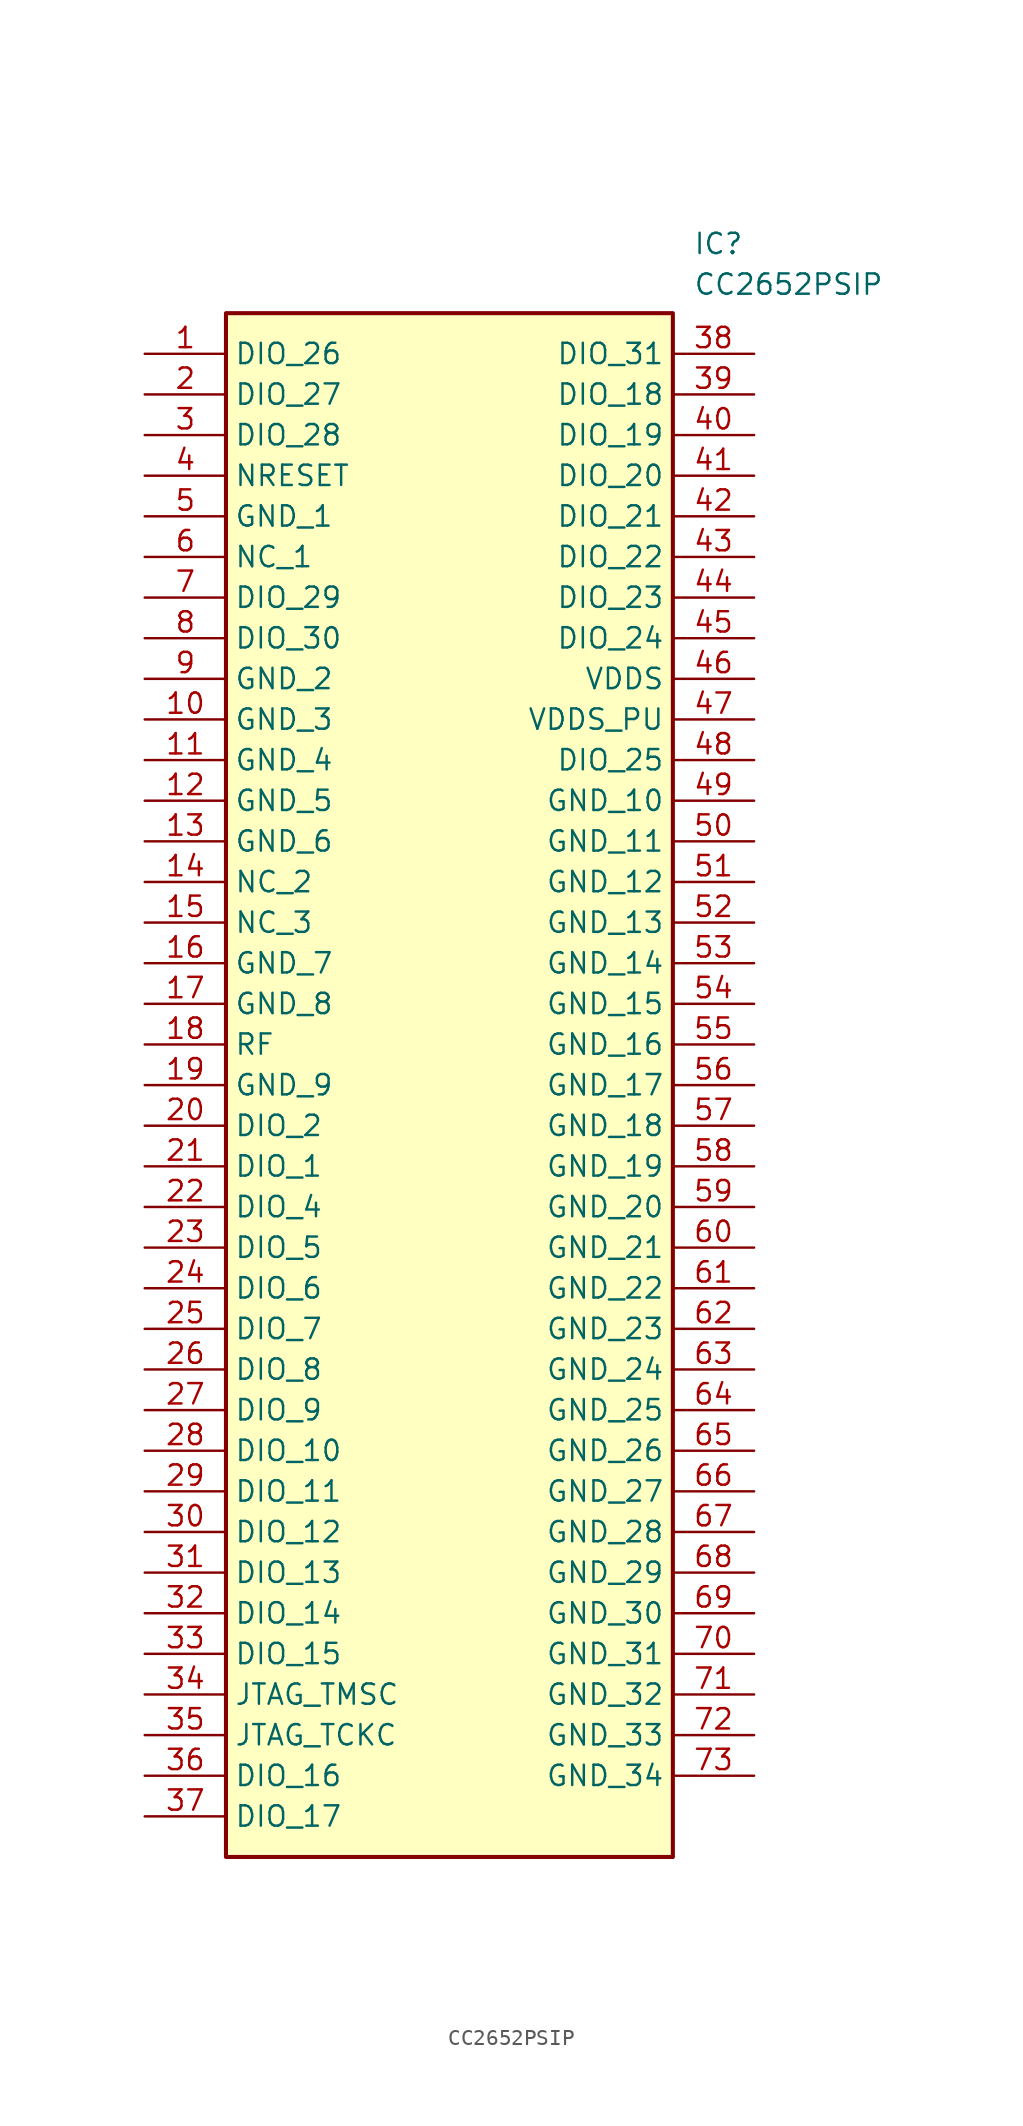
<source format=kicad_sym>
(kicad_symbol_lib
  (version 20211014)
  (generator SamacSys_ECAD_Model)
  (symbol "CC2652PSIP"
    (property "Reference" "IC"
      (at 34.29 7.62 0)
      (effects (font (size 1.27 1.27)) (justify left top)))
    (property "Value" "CC2652PSIP"
      (at 34.29 5.08 0)
      (effects (font (size 1.27 1.27)) (justify left top)))
    (rectangle
      (start 5.08 2.54)
      (end 33.02 -93.98)
      (stroke (width 0.254) (type default))
      (fill (type background)))
    (pin passive line
      (at 0 0 0)
      (length 5.08)
      (name "DIO_26" (effects (font (size 1.27 1.27))))
      (number "1" (effects (font (size 1.27 1.27)))))
    (pin passive line
      (at 0 -2.54 0)
      (length 5.08)
      (name "DIO_27" (effects (font (size 1.27 1.27))))
      (number "2" (effects (font (size 1.27 1.27)))))
    (pin passive line
      (at 0 -5.08 0)
      (length 5.08)
      (name "DIO_28" (effects (font (size 1.27 1.27))))
      (number "3" (effects (font (size 1.27 1.27)))))
    (pin passive line
      (at 0 -7.62 0)
      (length 5.08)
      (name "NRESET" (effects (font (size 1.27 1.27))))
      (number "4" (effects (font (size 1.27 1.27)))))
    (pin passive line
      (at 0 -10.16 0)
      (length 5.08)
      (name "GND_1" (effects (font (size 1.27 1.27))))
      (number "5" (effects (font (size 1.27 1.27)))))
    (pin passive line
      (at 0 -12.7 0)
      (length 5.08)
      (name "NC_1" (effects (font (size 1.27 1.27))))
      (number "6" (effects (font (size 1.27 1.27)))))
    (pin passive line
      (at 0 -15.24 0)
      (length 5.08)
      (name "DIO_29" (effects (font (size 1.27 1.27))))
      (number "7" (effects (font (size 1.27 1.27)))))
    (pin passive line
      (at 0 -17.78 0)
      (length 5.08)
      (name "DIO_30" (effects (font (size 1.27 1.27))))
      (number "8" (effects (font (size 1.27 1.27)))))
    (pin passive line
      (at 0 -20.32 0)
      (length 5.08)
      (name "GND_2" (effects (font (size 1.27 1.27))))
      (number "9" (effects (font (size 1.27 1.27)))))
    (pin passive line
      (at 0 -22.86 0)
      (length 5.08)
      (name "GND_3" (effects (font (size 1.27 1.27))))
      (number "10" (effects (font (size 1.27 1.27)))))
    (pin passive line
      (at 0 -25.4 0)
      (length 5.08)
      (name "GND_4" (effects (font (size 1.27 1.27))))
      (number "11" (effects (font (size 1.27 1.27)))))
    (pin passive line
      (at 0 -27.94 0)
      (length 5.08)
      (name "GND_5" (effects (font (size 1.27 1.27))))
      (number "12" (effects (font (size 1.27 1.27)))))
    (pin passive line
      (at 0 -30.48 0)
      (length 5.08)
      (name "GND_6" (effects (font (size 1.27 1.27))))
      (number "13" (effects (font (size 1.27 1.27)))))
    (pin passive line
      (at 0 -33.02 0)
      (length 5.08)
      (name "NC_2" (effects (font (size 1.27 1.27))))
      (number "14" (effects (font (size 1.27 1.27)))))
    (pin passive line
      (at 0 -35.56 0)
      (length 5.08)
      (name "NC_3" (effects (font (size 1.27 1.27))))
      (number "15" (effects (font (size 1.27 1.27)))))
    (pin passive line
      (at 0 -38.1 0)
      (length 5.08)
      (name "GND_7" (effects (font (size 1.27 1.27))))
      (number "16" (effects (font (size 1.27 1.27)))))
    (pin passive line
      (at 0 -40.64 0)
      (length 5.08)
      (name "GND_8" (effects (font (size 1.27 1.27))))
      (number "17" (effects (font (size 1.27 1.27)))))
    (pin passive line
      (at 0 -43.18 0)
      (length 5.08)
      (name "RF" (effects (font (size 1.27 1.27))))
      (number "18" (effects (font (size 1.27 1.27)))))
    (pin passive line
      (at 0 -45.72 0)
      (length 5.08)
      (name "GND_9" (effects (font (size 1.27 1.27))))
      (number "19" (effects (font (size 1.27 1.27)))))
    (pin passive line
      (at 0 -48.26 0)
      (length 5.08)
      (name "DIO_2" (effects (font (size 1.27 1.27))))
      (number "20" (effects (font (size 1.27 1.27)))))
    (pin passive line
      (at 0 -50.8 0)
      (length 5.08)
      (name "DIO_1" (effects (font (size 1.27 1.27))))
      (number "21" (effects (font (size 1.27 1.27)))))
    (pin passive line
      (at 0 -53.34 0)
      (length 5.08)
      (name "DIO_4" (effects (font (size 1.27 1.27))))
      (number "22" (effects (font (size 1.27 1.27)))))
    (pin passive line
      (at 0 -55.88 0)
      (length 5.08)
      (name "DIO_5" (effects (font (size 1.27 1.27))))
      (number "23" (effects (font (size 1.27 1.27)))))
    (pin passive line
      (at 0 -58.42 0)
      (length 5.08)
      (name "DIO_6" (effects (font (size 1.27 1.27))))
      (number "24" (effects (font (size 1.27 1.27)))))
    (pin passive line
      (at 0 -60.96 0)
      (length 5.08)
      (name "DIO_7" (effects (font (size 1.27 1.27))))
      (number "25" (effects (font (size 1.27 1.27)))))
    (pin passive line
      (at 0 -63.5 0)
      (length 5.08)
      (name "DIO_8" (effects (font (size 1.27 1.27))))
      (number "26" (effects (font (size 1.27 1.27)))))
    (pin passive line
      (at 0 -66.04 0)
      (length 5.08)
      (name "DIO_9" (effects (font (size 1.27 1.27))))
      (number "27" (effects (font (size 1.27 1.27)))))
    (pin passive line
      (at 0 -68.58 0)
      (length 5.08)
      (name "DIO_10" (effects (font (size 1.27 1.27))))
      (number "28" (effects (font (size 1.27 1.27)))))
    (pin passive line
      (at 0 -71.12 0)
      (length 5.08)
      (name "DIO_11" (effects (font (size 1.27 1.27))))
      (number "29" (effects (font (size 1.27 1.27)))))
    (pin passive line
      (at 0 -73.66 0)
      (length 5.08)
      (name "DIO_12" (effects (font (size 1.27 1.27))))
      (number "30" (effects (font (size 1.27 1.27)))))
    (pin passive line
      (at 0 -76.2 0)
      (length 5.08)
      (name "DIO_13" (effects (font (size 1.27 1.27))))
      (number "31" (effects (font (size 1.27 1.27)))))
    (pin passive line
      (at 0 -78.74 0)
      (length 5.08)
      (name "DIO_14" (effects (font (size 1.27 1.27))))
      (number "32" (effects (font (size 1.27 1.27)))))
    (pin passive line
      (at 0 -81.28 0)
      (length 5.08)
      (name "DIO_15" (effects (font (size 1.27 1.27))))
      (number "33" (effects (font (size 1.27 1.27)))))
    (pin passive line
      (at 0 -83.82 0)
      (length 5.08)
      (name "JTAG_TMSC" (effects (font (size 1.27 1.27))))
      (number "34" (effects (font (size 1.27 1.27)))))
    (pin passive line
      (at 0 -86.36 0)
      (length 5.08)
      (name "JTAG_TCKC" (effects (font (size 1.27 1.27))))
      (number "35" (effects (font (size 1.27 1.27)))))
    (pin passive line
      (at 0 -88.9 0)
      (length 5.08)
      (name "DIO_16" (effects (font (size 1.27 1.27))))
      (number "36" (effects (font (size 1.27 1.27)))))
    (pin passive line
      (at 0 -91.44 0)
      (length 5.08)
      (name "DIO_17" (effects (font (size 1.27 1.27))))
      (number "37" (effects (font (size 1.27 1.27)))))
    (pin passive line
      (at 38.1 0 180)
      (length 5.08)
      (name "DIO_31" (effects (font (size 1.27 1.27))))
      (number "38" (effects (font (size 1.27 1.27)))))
    (pin passive line
      (at 38.1 -2.54 180)
      (length 5.08)
      (name "DIO_18" (effects (font (size 1.27 1.27))))
      (number "39" (effects (font (size 1.27 1.27)))))
    (pin passive line
      (at 38.1 -5.08 180)
      (length 5.08)
      (name "DIO_19" (effects (font (size 1.27 1.27))))
      (number "40" (effects (font (size 1.27 1.27)))))
    (pin passive line
      (at 38.1 -7.62 180)
      (length 5.08)
      (name "DIO_20" (effects (font (size 1.27 1.27))))
      (number "41" (effects (font (size 1.27 1.27)))))
    (pin passive line
      (at 38.1 -10.16 180)
      (length 5.08)
      (name "DIO_21" (effects (font (size 1.27 1.27))))
      (number "42" (effects (font (size 1.27 1.27)))))
    (pin passive line
      (at 38.1 -12.7 180)
      (length 5.08)
      (name "DIO_22" (effects (font (size 1.27 1.27))))
      (number "43" (effects (font (size 1.27 1.27)))))
    (pin passive line
      (at 38.1 -15.24 180)
      (length 5.08)
      (name "DIO_23" (effects (font (size 1.27 1.27))))
      (number "44" (effects (font (size 1.27 1.27)))))
    (pin passive line
      (at 38.1 -17.78 180)
      (length 5.08)
      (name "DIO_24" (effects (font (size 1.27 1.27))))
      (number "45" (effects (font (size 1.27 1.27)))))
    (pin passive line
      (at 38.1 -20.32 180)
      (length 5.08)
      (name "VDDS" (effects (font (size 1.27 1.27))))
      (number "46" (effects (font (size 1.27 1.27)))))
    (pin passive line
      (at 38.1 -22.86 180)
      (length 5.08)
      (name "VDDS_PU" (effects (font (size 1.27 1.27))))
      (number "47" (effects (font (size 1.27 1.27)))))
    (pin passive line
      (at 38.1 -25.4 180)
      (length 5.08)
      (name "DIO_25" (effects (font (size 1.27 1.27))))
      (number "48" (effects (font (size 1.27 1.27)))))
    (pin passive line
      (at 38.1 -27.94 180)
      (length 5.08)
      (name "GND_10" (effects (font (size 1.27 1.27))))
      (number "49" (effects (font (size 1.27 1.27)))))
    (pin passive line
      (at 38.1 -30.48 180)
      (length 5.08)
      (name "GND_11" (effects (font (size 1.27 1.27))))
      (number "50" (effects (font (size 1.27 1.27)))))
    (pin passive line
      (at 38.1 -33.02 180)
      (length 5.08)
      (name "GND_12" (effects (font (size 1.27 1.27))))
      (number "51" (effects (font (size 1.27 1.27)))))
    (pin passive line
      (at 38.1 -35.56 180)
      (length 5.08)
      (name "GND_13" (effects (font (size 1.27 1.27))))
      (number "52" (effects (font (size 1.27 1.27)))))
    (pin passive line
      (at 38.1 -38.1 180)
      (length 5.08)
      (name "GND_14" (effects (font (size 1.27 1.27))))
      (number "53" (effects (font (size 1.27 1.27)))))
    (pin passive line
      (at 38.1 -40.64 180)
      (length 5.08)
      (name "GND_15" (effects (font (size 1.27 1.27))))
      (number "54" (effects (font (size 1.27 1.27)))))
    (pin passive line
      (at 38.1 -43.18 180)
      (length 5.08)
      (name "GND_16" (effects (font (size 1.27 1.27))))
      (number "55" (effects (font (size 1.27 1.27)))))
    (pin passive line
      (at 38.1 -45.72 180)
      (length 5.08)
      (name "GND_17" (effects (font (size 1.27 1.27))))
      (number "56" (effects (font (size 1.27 1.27)))))
    (pin passive line
      (at 38.1 -48.26 180)
      (length 5.08)
      (name "GND_18" (effects (font (size 1.27 1.27))))
      (number "57" (effects (font (size 1.27 1.27)))))
    (pin passive line
      (at 38.1 -50.8 180)
      (length 5.08)
      (name "GND_19" (effects (font (size 1.27 1.27))))
      (number "58" (effects (font (size 1.27 1.27)))))
    (pin passive line
      (at 38.1 -53.34 180)
      (length 5.08)
      (name "GND_20" (effects (font (size 1.27 1.27))))
      (number "59" (effects (font (size 1.27 1.27)))))
    (pin passive line
      (at 38.1 -55.88 180)
      (length 5.08)
      (name "GND_21" (effects (font (size 1.27 1.27))))
      (number "60" (effects (font (size 1.27 1.27)))))
    (pin passive line
      (at 38.1 -58.42 180)
      (length 5.08)
      (name "GND_22" (effects (font (size 1.27 1.27))))
      (number "61" (effects (font (size 1.27 1.27)))))
    (pin passive line
      (at 38.1 -60.96 180)
      (length 5.08)
      (name "GND_23" (effects (font (size 1.27 1.27))))
      (number "62" (effects (font (size 1.27 1.27)))))
    (pin passive line
      (at 38.1 -63.5 180)
      (length 5.08)
      (name "GND_24" (effects (font (size 1.27 1.27))))
      (number "63" (effects (font (size 1.27 1.27)))))
    (pin passive line
      (at 38.1 -66.04 180)
      (length 5.08)
      (name "GND_25" (effects (font (size 1.27 1.27))))
      (number "64" (effects (font (size 1.27 1.27)))))
    (pin passive line
      (at 38.1 -68.58 180)
      (length 5.08)
      (name "GND_26" (effects (font (size 1.27 1.27))))
      (number "65" (effects (font (size 1.27 1.27)))))
    (pin passive line
      (at 38.1 -71.12 180)
      (length 5.08)
      (name "GND_27" (effects (font (size 1.27 1.27))))
      (number "66" (effects (font (size 1.27 1.27)))))
    (pin passive line
      (at 38.1 -73.66 180)
      (length 5.08)
      (name "GND_28" (effects (font (size 1.27 1.27))))
      (number "67" (effects (font (size 1.27 1.27)))))
    (pin passive line
      (at 38.1 -76.2 180)
      (length 5.08)
      (name "GND_29" (effects (font (size 1.27 1.27))))
      (number "68" (effects (font (size 1.27 1.27)))))
    (pin passive line
      (at 38.1 -78.74 180)
      (length 5.08)
      (name "GND_30" (effects (font (size 1.27 1.27))))
      (number "69" (effects (font (size 1.27 1.27)))))
    (pin passive line
      (at 38.1 -81.28 180)
      (length 5.08)
      (name "GND_31" (effects (font (size 1.27 1.27))))
      (number "70" (effects (font (size 1.27 1.27)))))
    (pin passive line
      (at 38.1 -83.82 180)
      (length 5.08)
      (name "GND_32" (effects (font (size 1.27 1.27))))
      (number "71" (effects (font (size 1.27 1.27)))))
    (pin passive line
      (at 38.1 -86.36 180)
      (length 5.08)
      (name "GND_33" (effects (font (size 1.27 1.27))))
      (number "72" (effects (font (size 1.27 1.27)))))
    (pin passive line
      (at 38.1 -88.9 180)
      (length 5.08)
      (name "GND_34" (effects (font (size 1.27 1.27))))
      (number "73" (effects (font (size 1.27 1.27)))))))
</source>
